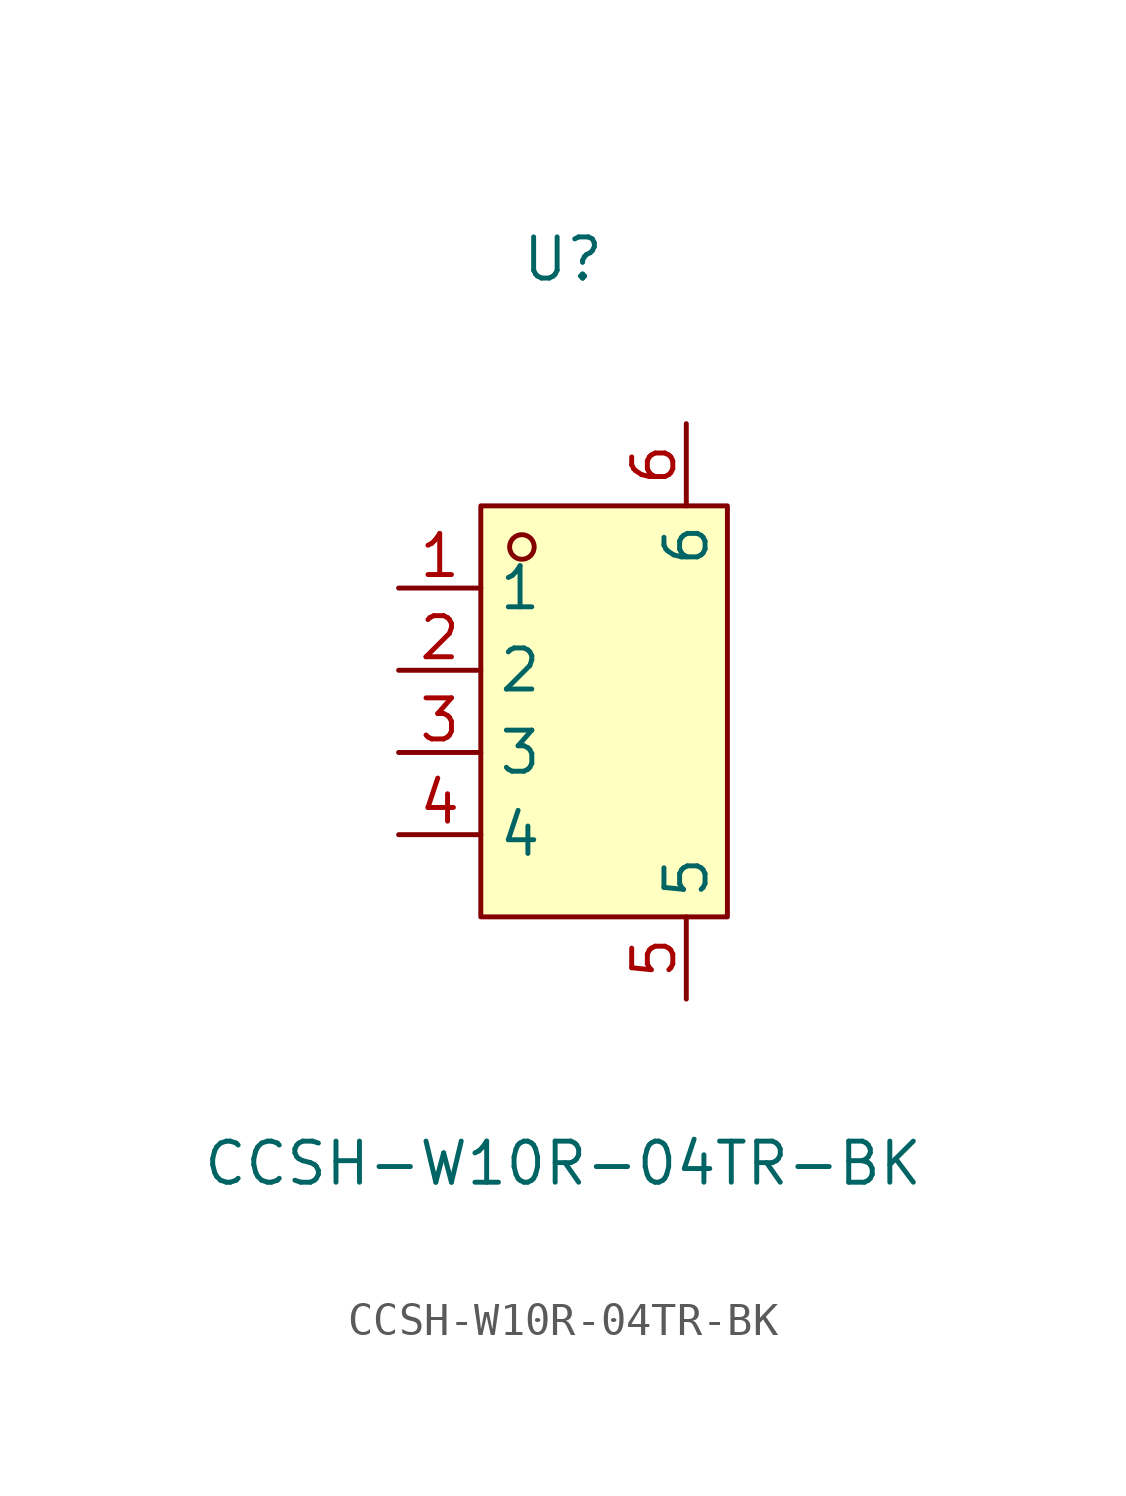
<source format=kicad_sym>
(kicad_symbol_lib
  (version 20241209)
  (generator "kicad_symbol_editor")
  (generator_version "9.0")
  (symbol "CCSH-W10R-04TR-BK"
    (property "Reference" "U"
      (at 0 13.97 0)
      (effects (font (size 1.27 1.27))))
    (property "Value" "CCSH-W10R-04TR-BK"
      (at 0 -13.97 0)
      (effects (font (size 1.27 1.27))))
    (symbol "CCSH-W10R-04TR-BK_0_1"
      (rectangle (start -2.54 6.35) (end 5.08 -6.35) (stroke (width 0) (type default)) (fill (type background)))
      (circle (center -1.27 5.08) (radius 0.38) (stroke (width 0) (type default)) (fill (type none)))
      (pin unspecified line (at -5.08 3.81 0) (length 2.54) (name "1" (effects (font (size 1.27 1.27)))) (number "1" (effects (font (size 1.27 1.27)))))
      (pin unspecified line (at -5.08 1.27 0) (length 2.54) (name "2" (effects (font (size 1.27 1.27)))) (number "2" (effects (font (size 1.27 1.27)))))
      (pin unspecified line (at -5.08 -1.27 0) (length 2.54) (name "3" (effects (font (size 1.27 1.27)))) (number "3" (effects (font (size 1.27 1.27)))))
      (pin unspecified line (at -5.08 -3.81 0) (length 2.54) (name "4" (effects (font (size 1.27 1.27)))) (number "4" (effects (font (size 1.27 1.27)))))
      (pin unspecified line (at 3.81 8.89 270) (length 2.54) (name "6" (effects (font (size 1.27 1.27)))) (number "6" (effects (font (size 1.27 1.27)))))
      (pin unspecified line (at 3.81 -8.89 90) (length 2.54) (name "5" (effects (font (size 1.27 1.27)))) (number "5" (effects (font (size 1.27 1.27))))))))
</source>
